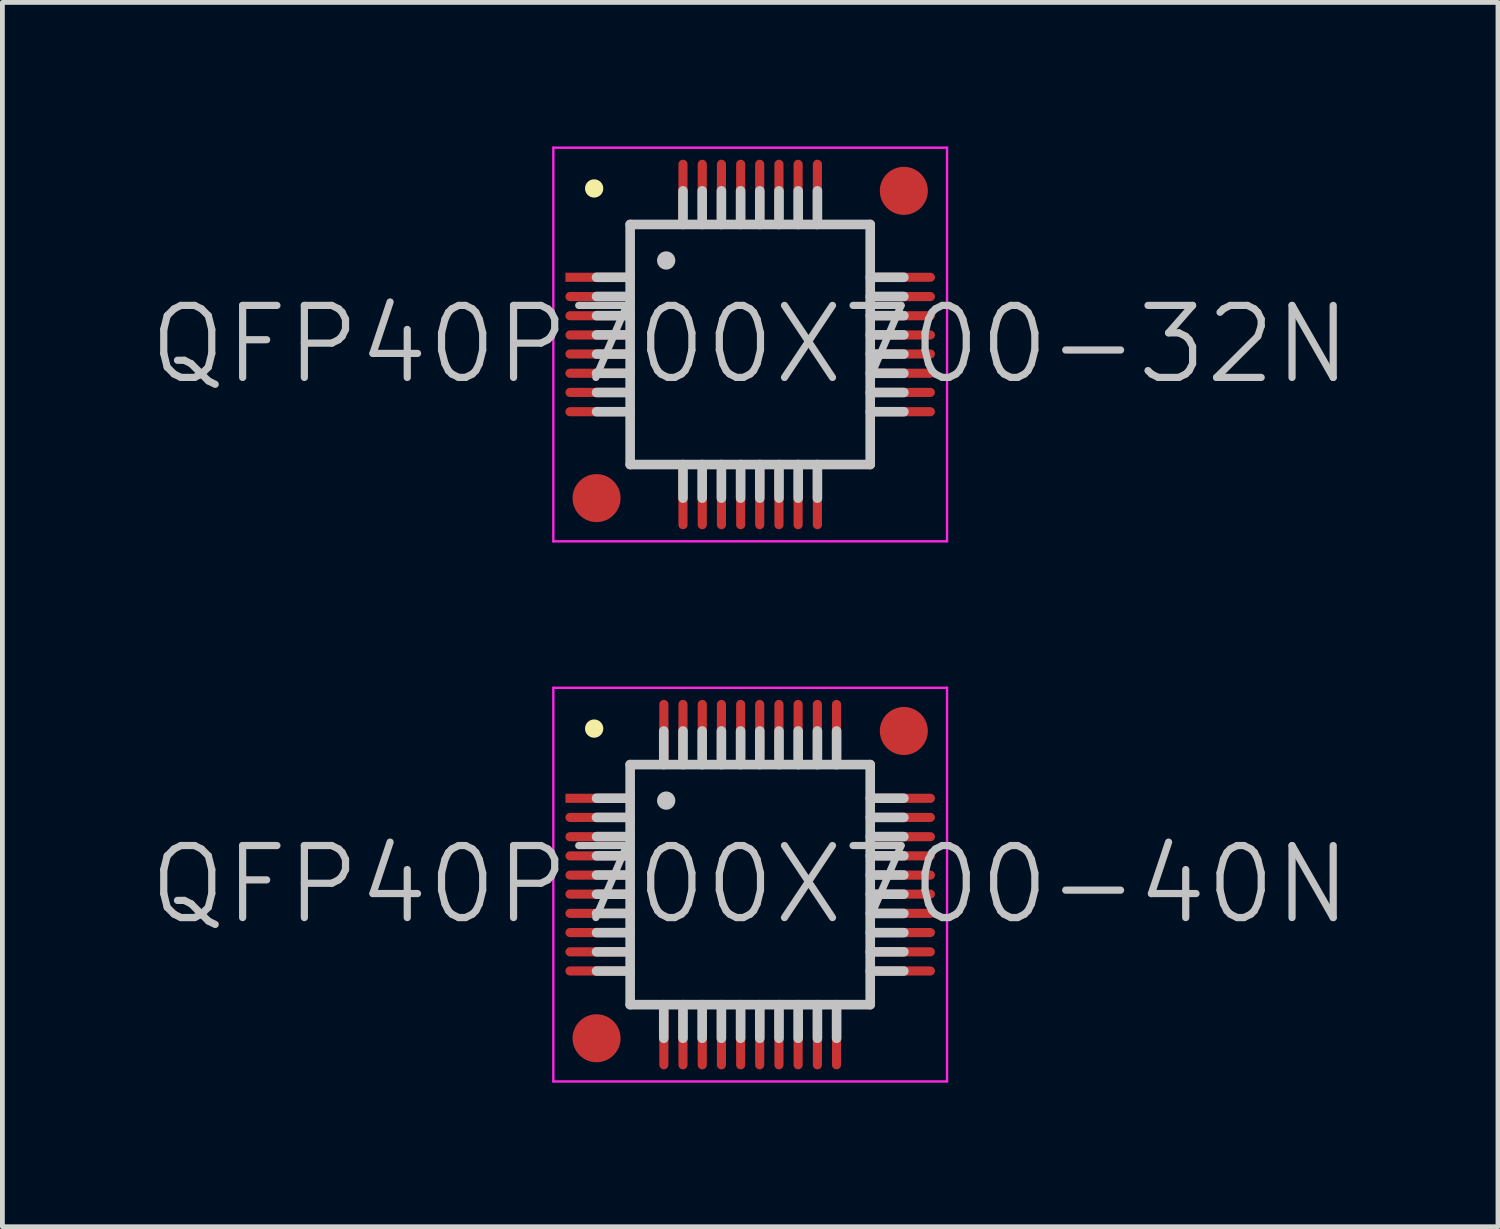
<source format=kicad_pcb>
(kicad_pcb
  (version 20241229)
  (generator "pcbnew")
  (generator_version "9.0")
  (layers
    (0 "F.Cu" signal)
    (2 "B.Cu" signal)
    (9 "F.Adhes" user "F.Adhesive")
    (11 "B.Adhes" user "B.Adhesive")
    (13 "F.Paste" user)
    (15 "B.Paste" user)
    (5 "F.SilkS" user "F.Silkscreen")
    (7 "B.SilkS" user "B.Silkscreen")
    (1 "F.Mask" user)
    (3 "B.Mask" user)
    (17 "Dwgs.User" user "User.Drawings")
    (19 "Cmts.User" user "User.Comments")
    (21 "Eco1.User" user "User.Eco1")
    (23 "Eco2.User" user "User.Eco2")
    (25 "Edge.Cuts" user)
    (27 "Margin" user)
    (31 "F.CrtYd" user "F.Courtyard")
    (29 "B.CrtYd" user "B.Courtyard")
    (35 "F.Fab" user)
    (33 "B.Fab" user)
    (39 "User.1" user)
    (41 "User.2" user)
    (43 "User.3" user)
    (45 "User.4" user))
  (footprint "QFP40P700X700-40N"
    (layer "F.Cu")
    (at 12.575 15.375)
    (property "Reference" "QFP40P700X700-40N" (at 0 0 0) (layer "Dwgs.User") (effects (font (size 1.5 1.5) (thickness 0.15))))
    (attr smd)
    (fp_line (start -3.25 -3.25) (end -3.25 -3.25) (stroke (width 0.381) (type solid)) (layer "F.SilkS"))
    (fp_line (start -2.5 -2.5) (end -2.5 2.5) (stroke (width 0.2) (type solid)) (layer "Dwgs.User"))
    (fp_line (start -2.5 -2.5) (end 2.5 -2.5) (stroke (width 0.2) (type solid)) (layer "Dwgs.User"))
    (fp_line (start -2.5 -1.8) (end -3.2 -1.8) (stroke (width 0.2) (type solid)) (layer "Dwgs.User"))
    (fp_line (start -2.5 -1.4) (end -3.2 -1.4) (stroke (width 0.2) (type solid)) (layer "Dwgs.User"))
    (fp_line (start -2.5 -1) (end -3.2 -1) (stroke (width 0.2) (type solid)) (layer "Dwgs.User"))
    (fp_line (start -2.5 -0.6) (end -3.2 -0.6) (stroke (width 0.2) (type solid)) (layer "Dwgs.User"))
    (fp_line (start -2.5 -0.2) (end -3.2 -0.2) (stroke (width 0.2) (type solid)) (layer "Dwgs.User"))
    (fp_line (start -2.5 0.2) (end -3.2 0.2) (stroke (width 0.2) (type solid)) (layer "Dwgs.User"))
    (fp_line (start -2.5 0.6) (end -3.2 0.6) (stroke (width 0.2) (type solid)) (layer "Dwgs.User"))
    (fp_line (start -2.5 1) (end -3.2 1) (stroke (width 0.2) (type solid)) (layer "Dwgs.User"))
    (fp_line (start -2.5 1.4) (end -3.2 1.4) (stroke (width 0.2) (type solid)) (layer "Dwgs.User"))
    (fp_line (start -2.5 1.8) (end -3.2 1.8) (stroke (width 0.2) (type solid)) (layer "Dwgs.User"))
    (fp_line (start -2.5 2.5) (end 2.5 2.5) (stroke (width 0.2) (type solid)) (layer "Dwgs.User"))
    (fp_line (start -1.8 -2.5) (end -1.8 -3.2) (stroke (width 0.2) (type solid)) (layer "Dwgs.User"))
    (fp_line (start -1.8 3.2) (end -1.8 2.5) (stroke (width 0.2) (type solid)) (layer "Dwgs.User"))
    (fp_line (start -1.75 -1.75) (end -1.75 -1.75) (stroke (width 0.381) (type solid)) (layer "Dwgs.User"))
    (fp_line (start -1.4 -2.5) (end -1.4 -3.2) (stroke (width 0.2) (type solid)) (layer "Dwgs.User"))
    (fp_line (start -1.4 3.2) (end -1.4 2.5) (stroke (width 0.2) (type solid)) (layer "Dwgs.User"))
    (fp_line (start -1 -2.5) (end -1 -3.2) (stroke (width 0.2) (type solid)) (layer "Dwgs.User"))
    (fp_line (start -1 3.2) (end -1 2.5) (stroke (width 0.2) (type solid)) (layer "Dwgs.User"))
    (fp_line (start -0.6 -2.5) (end -0.6 -3.2) (stroke (width 0.2) (type solid)) (layer "Dwgs.User"))
    (fp_line (start -0.6 3.2) (end -0.6 2.5) (stroke (width 0.2) (type solid)) (layer "Dwgs.User"))
    (fp_line (start -0.2 -2.5) (end -0.2 -3.2) (stroke (width 0.2) (type solid)) (layer "Dwgs.User"))
    (fp_line (start -0.2 3.2) (end -0.2 2.5) (stroke (width 0.2) (type solid)) (layer "Dwgs.User"))
    (fp_line (start 0.2 -2.5) (end 0.2 -3.2) (stroke (width 0.2) (type solid)) (layer "Dwgs.User"))
    (fp_line (start 0.2 3.2) (end 0.2 2.5) (stroke (width 0.2) (type solid)) (layer "Dwgs.User"))
    (fp_line (start 0.6 -2.5) (end 0.6 -3.2) (stroke (width 0.2) (type solid)) (layer "Dwgs.User"))
    (fp_line (start 0.6 3.2) (end 0.6 2.5) (stroke (width 0.2) (type solid)) (layer "Dwgs.User"))
    (fp_line (start 1 -2.5) (end 1 -3.2) (stroke (width 0.2) (type solid)) (layer "Dwgs.User"))
    (fp_line (start 1 3.2) (end 1 2.5) (stroke (width 0.2) (type solid)) (layer "Dwgs.User"))
    (fp_line (start 1.4 -2.5) (end 1.4 -3.2) (stroke (width 0.2) (type solid)) (layer "Dwgs.User"))
    (fp_line (start 1.4 3.2) (end 1.4 2.5) (stroke (width 0.2) (type solid)) (layer "Dwgs.User"))
    (fp_line (start 1.8 -2.5) (end 1.8 -3.2) (stroke (width 0.2) (type solid)) (layer "Dwgs.User"))
    (fp_line (start 1.8 3.2) (end 1.8 2.5) (stroke (width 0.2) (type solid)) (layer "Dwgs.User"))
    (fp_line (start 2.5 -2.5) (end 2.5 2.5) (stroke (width 0.2) (type solid)) (layer "Dwgs.User"))
    (fp_line (start 3.2 -1.8) (end 2.5 -1.8) (stroke (width 0.2) (type solid)) (layer "Dwgs.User"))
    (fp_line (start 3.2 -1.4) (end 2.5 -1.4) (stroke (width 0.2) (type solid)) (layer "Dwgs.User"))
    (fp_line (start 3.2 -1) (end 2.5 -1) (stroke (width 0.2) (type solid)) (layer "Dwgs.User"))
    (fp_line (start 3.2 -0.6) (end 2.5 -0.6) (stroke (width 0.2) (type solid)) (layer "Dwgs.User"))
    (fp_line (start 3.2 -0.2) (end 2.5 -0.2) (stroke (width 0.2) (type solid)) (layer "Dwgs.User"))
    (fp_line (start 3.2 0.2) (end 2.5 0.2) (stroke (width 0.2) (type solid)) (layer "Dwgs.User"))
    (fp_line (start 3.2 0.6) (end 2.5 0.6) (stroke (width 0.2) (type solid)) (layer "Dwgs.User"))
    (fp_line (start 3.2 1) (end 2.5 1) (stroke (width 0.2) (type solid)) (layer "Dwgs.User"))
    (fp_line (start 3.2 1.4) (end 2.5 1.4) (stroke (width 0.2) (type solid)) (layer "Dwgs.User"))
    (fp_line (start 3.2 1.8) (end 2.5 1.8) (stroke (width 0.2) (type solid)) (layer "Dwgs.User"))
    (fp_line (start -4.1 -4.1) (end -4.1 4.1) (stroke (width 0.05) (type solid)) (layer "F.CrtYd"))
    (fp_line (start -4.1 -4.1) (end 4.1 -4.1) (stroke (width 0.05) (type solid)) (layer "F.CrtYd"))
    (fp_line (start -4.1 4.1) (end 4.1 4.1) (stroke (width 0.05) (type solid)) (layer "F.CrtYd"))
    (fp_line (start 4.1 -4.1) (end 4.1 4.1) (stroke (width 0.05) (type solid)) (layer "F.CrtYd"))
    (pad "" smd circle (at -3.2 3.2) (size 1 1) (layers "F.Cu" "F.Mask"))
    (pad "" smd circle (at 3.2 -3.2) (size 1 1) (layers "F.Cu" "F.Mask"))
    (pad "1" smd rect (at -3.198 -1.798 90) (size 0.19 1.3) (layers "F.Cu" "F.Mask" "F.Paste"))
    (pad "2" smd oval (at -3.198 -1.4 90) (size 0.19 1.3) (layers "F.Cu" "F.Mask" "F.Paste"))
    (pad "3" smd oval (at -3.198 -0.998 90) (size 0.19 1.3) (layers "F.Cu" "F.Mask" "F.Paste"))
    (pad "4" smd oval (at -3.198 -0.599 90) (size 0.19 1.3) (layers "F.Cu" "F.Mask" "F.Paste"))
    (pad "5" smd oval (at -3.198 -0.198 90) (size 0.19 1.3) (layers "F.Cu" "F.Mask" "F.Paste"))
    (pad "6" smd oval (at -3.198 0.198 90) (size 0.19 1.3) (layers "F.Cu" "F.Mask" "F.Paste"))
    (pad "7" smd oval (at -3.198 0.599 90) (size 0.19 1.3) (layers "F.Cu" "F.Mask" "F.Paste"))
    (pad "8" smd oval (at -3.198 0.998 90) (size 0.19 1.3) (layers "F.Cu" "F.Mask" "F.Paste"))
    (pad "9" smd oval (at -3.198 1.4 90) (size 0.19 1.3) (layers "F.Cu" "F.Mask" "F.Paste"))
    (pad "10" smd oval (at -3.198 1.798 90) (size 0.19 1.3) (layers "F.Cu" "F.Mask" "F.Paste"))
    (pad "11" smd oval (at -1.798 3.198 180) (size 0.19 1.3) (layers "F.Cu" "F.Mask" "F.Paste"))
    (pad "12" smd oval (at -1.4 3.198 180) (size 0.19 1.3) (layers "F.Cu" "F.Mask" "F.Paste"))
    (pad "13" smd oval (at -0.998 3.198 180) (size 0.19 1.3) (layers "F.Cu" "F.Mask" "F.Paste"))
    (pad "14" smd oval (at -0.599 3.198 180) (size 0.19 1.3) (layers "F.Cu" "F.Mask" "F.Paste"))
    (pad "15" smd oval (at -0.198 3.198 180) (size 0.19 1.3) (layers "F.Cu" "F.Mask" "F.Paste"))
    (pad "16" smd oval (at 0.198 3.198 180) (size 0.19 1.3) (layers "F.Cu" "F.Mask" "F.Paste"))
    (pad "17" smd oval (at 0.599 3.198 180) (size 0.19 1.3) (layers "F.Cu" "F.Mask" "F.Paste"))
    (pad "18" smd oval (at 0.998 3.198 180) (size 0.19 1.3) (layers "F.Cu" "F.Mask" "F.Paste"))
    (pad "19" smd oval (at 1.4 3.198 180) (size 0.19 1.3) (layers "F.Cu" "F.Mask" "F.Paste"))
    (pad "20" smd oval (at 1.798 3.198 180) (size 0.19 1.3) (layers "F.Cu" "F.Mask" "F.Paste"))
    (pad "21" smd oval (at 3.198 1.798 270) (size 0.19 1.3) (layers "F.Cu" "F.Mask" "F.Paste"))
    (pad "22" smd oval (at 3.198 1.4 270) (size 0.19 1.3) (layers "F.Cu" "F.Mask" "F.Paste"))
    (pad "23" smd oval (at 3.198 0.998 270) (size 0.19 1.3) (layers "F.Cu" "F.Mask" "F.Paste"))
    (pad "24" smd oval (at 3.198 0.599 270) (size 0.19 1.3) (layers "F.Cu" "F.Mask" "F.Paste"))
    (pad "25" smd oval (at 3.198 0.198 270) (size 0.19 1.3) (layers "F.Cu" "F.Mask" "F.Paste"))
    (pad "26" smd oval (at 3.198 -0.198 270) (size 0.19 1.3) (layers "F.Cu" "F.Mask" "F.Paste"))
    (pad "27" smd oval (at 3.198 -0.599 270) (size 0.19 1.3) (layers "F.Cu" "F.Mask" "F.Paste"))
    (pad "28" smd oval (at 3.198 -0.998 270) (size 0.19 1.3) (layers "F.Cu" "F.Mask" "F.Paste"))
    (pad "29" smd oval (at 3.198 -1.4 270) (size 0.19 1.3) (layers "F.Cu" "F.Mask" "F.Paste"))
    (pad "30" smd oval (at 3.198 -1.798 270) (size 0.19 1.3) (layers "F.Cu" "F.Mask" "F.Paste"))
    (pad "31" smd oval (at 1.798 -3.198) (size 0.19 1.3) (layers "F.Cu" "F.Mask" "F.Paste"))
    (pad "32" smd oval (at 1.4 -3.198) (size 0.19 1.3) (layers "F.Cu" "F.Mask" "F.Paste"))
    (pad "33" smd oval (at 0.998 -3.198) (size 0.19 1.3) (layers "F.Cu" "F.Mask" "F.Paste"))
    (pad "34" smd oval (at 0.599 -3.198) (size 0.19 1.3) (layers "F.Cu" "F.Mask" "F.Paste"))
    (pad "35" smd oval (at 0.198 -3.198) (size 0.19 1.3) (layers "F.Cu" "F.Mask" "F.Paste"))
    (pad "36" smd oval (at -0.198 -3.198) (size 0.19 1.3) (layers "F.Cu" "F.Mask" "F.Paste"))
    (pad "37" smd oval (at -0.599 -3.198) (size 0.19 1.3) (layers "F.Cu" "F.Mask" "F.Paste"))
    (pad "38" smd oval (at -0.998 -3.198) (size 0.19 1.3) (layers "F.Cu" "F.Mask" "F.Paste"))
    (pad "39" smd oval (at -1.4 -3.198) (size 0.19 1.3) (layers "F.Cu" "F.Mask" "F.Paste"))
    (pad "40" smd oval (at -1.798 -3.198) (size 0.19 1.3) (layers "F.Cu" "F.Mask" "F.Paste")))
  (footprint "QFP40P700X700-32N"
    (layer "F.Cu")
    (at 12.575 4.125)
    (property "Reference" "QFP40P700X700-32N" (at 0 0 0) (layer "Dwgs.User") (effects (font (size 1.5 1.5) (thickness 0.15))))
    (attr smd)
    (fp_line (start -3.25 -3.25) (end -3.25 -3.25) (stroke (width 0.381) (type solid)) (layer "F.SilkS"))
    (fp_line (start -2.5 -2.5) (end -2.5 2.5) (stroke (width 0.2) (type solid)) (layer "Dwgs.User"))
    (fp_line (start -2.5 -2.5) (end 2.5 -2.5) (stroke (width 0.2) (type solid)) (layer "Dwgs.User"))
    (fp_line (start -2.5 -1.4) (end -3.2 -1.4) (stroke (width 0.2) (type solid)) (layer "Dwgs.User"))
    (fp_line (start -2.5 -1) (end -3.2 -1) (stroke (width 0.2) (type solid)) (layer "Dwgs.User"))
    (fp_line (start -2.5 -0.6) (end -3.2 -0.6) (stroke (width 0.2) (type solid)) (layer "Dwgs.User"))
    (fp_line (start -2.5 -0.2) (end -3.2 -0.2) (stroke (width 0.2) (type solid)) (layer "Dwgs.User"))
    (fp_line (start -2.5 0.2) (end -3.2 0.2) (stroke (width 0.2) (type solid)) (layer "Dwgs.User"))
    (fp_line (start -2.5 0.6) (end -3.2 0.6) (stroke (width 0.2) (type solid)) (layer "Dwgs.User"))
    (fp_line (start -2.5 1) (end -3.2 1) (stroke (width 0.2) (type solid)) (layer "Dwgs.User"))
    (fp_line (start -2.5 1.4) (end -3.2 1.4) (stroke (width 0.2) (type solid)) (layer "Dwgs.User"))
    (fp_line (start -2.5 2.5) (end 2.5 2.5) (stroke (width 0.2) (type solid)) (layer "Dwgs.User"))
    (fp_line (start -1.75 -1.75) (end -1.75 -1.75) (stroke (width 0.381) (type solid)) (layer "Dwgs.User"))
    (fp_line (start -1.4 -2.5) (end -1.4 -3.2) (stroke (width 0.2) (type solid)) (layer "Dwgs.User"))
    (fp_line (start -1.4 3.2) (end -1.4 2.5) (stroke (width 0.2) (type solid)) (layer "Dwgs.User"))
    (fp_line (start -1 -2.5) (end -1 -3.2) (stroke (width 0.2) (type solid)) (layer "Dwgs.User"))
    (fp_line (start -1 3.2) (end -1 2.5) (stroke (width 0.2) (type solid)) (layer "Dwgs.User"))
    (fp_line (start -0.6 -2.5) (end -0.6 -3.2) (stroke (width 0.2) (type solid)) (layer "Dwgs.User"))
    (fp_line (start -0.6 3.2) (end -0.6 2.5) (stroke (width 0.2) (type solid)) (layer "Dwgs.User"))
    (fp_line (start -0.2 -2.5) (end -0.2 -3.2) (stroke (width 0.2) (type solid)) (layer "Dwgs.User"))
    (fp_line (start -0.2 3.2) (end -0.2 2.5) (stroke (width 0.2) (type solid)) (layer "Dwgs.User"))
    (fp_line (start 0.2 -2.5) (end 0.2 -3.2) (stroke (width 0.2) (type solid)) (layer "Dwgs.User"))
    (fp_line (start 0.2 3.2) (end 0.2 2.5) (stroke (width 0.2) (type solid)) (layer "Dwgs.User"))
    (fp_line (start 0.6 -2.5) (end 0.6 -3.2) (stroke (width 0.2) (type solid)) (layer "Dwgs.User"))
    (fp_line (start 0.6 3.2) (end 0.6 2.5) (stroke (width 0.2) (type solid)) (layer "Dwgs.User"))
    (fp_line (start 1 -2.5) (end 1 -3.2) (stroke (width 0.2) (type solid)) (layer "Dwgs.User"))
    (fp_line (start 1 3.2) (end 1 2.5) (stroke (width 0.2) (type solid)) (layer "Dwgs.User"))
    (fp_line (start 1.4 -2.5) (end 1.4 -3.2) (stroke (width 0.2) (type solid)) (layer "Dwgs.User"))
    (fp_line (start 1.4 3.2) (end 1.4 2.5) (stroke (width 0.2) (type solid)) (layer "Dwgs.User"))
    (fp_line (start 2.5 -2.5) (end 2.5 2.5) (stroke (width 0.2) (type solid)) (layer "Dwgs.User"))
    (fp_line (start 3.2 -1.4) (end 2.5 -1.4) (stroke (width 0.2) (type solid)) (layer "Dwgs.User"))
    (fp_line (start 3.2 -1) (end 2.5 -1) (stroke (width 0.2) (type solid)) (layer "Dwgs.User"))
    (fp_line (start 3.2 -0.6) (end 2.5 -0.6) (stroke (width 0.2) (type solid)) (layer "Dwgs.User"))
    (fp_line (start 3.2 -0.2) (end 2.5 -0.2) (stroke (width 0.2) (type solid)) (layer "Dwgs.User"))
    (fp_line (start 3.2 0.2) (end 2.5 0.2) (stroke (width 0.2) (type solid)) (layer "Dwgs.User"))
    (fp_line (start 3.2 0.6) (end 2.5 0.6) (stroke (width 0.2) (type solid)) (layer "Dwgs.User"))
    (fp_line (start 3.2 1) (end 2.5 1) (stroke (width 0.2) (type solid)) (layer "Dwgs.User"))
    (fp_line (start 3.2 1.4) (end 2.5 1.4) (stroke (width 0.2) (type solid)) (layer "Dwgs.User"))
    (fp_line (start -4.1 -4.1) (end -4.1 4.1) (stroke (width 0.05) (type solid)) (layer "F.CrtYd"))
    (fp_line (start -4.1 -4.1) (end 4.1 -4.1) (stroke (width 0.05) (type solid)) (layer "F.CrtYd"))
    (fp_line (start -4.1 4.1) (end 4.1 4.1) (stroke (width 0.05) (type solid)) (layer "F.CrtYd"))
    (fp_line (start 4.1 -4.1) (end 4.1 4.1) (stroke (width 0.05) (type solid)) (layer "F.CrtYd"))
    (pad "" smd circle (at -3.2 3.2) (size 1 1) (layers "F.Cu" "F.Mask"))
    (pad "" smd circle (at 3.2 -3.2) (size 1 1) (layers "F.Cu" "F.Mask"))
    (pad "1" smd rect (at -3.198 -1.4 90) (size 0.19 1.3) (layers "F.Cu" "F.Mask" "F.Paste"))
    (pad "2" smd oval (at -3.198 -0.998 90) (size 0.19 1.3) (layers "F.Cu" "F.Mask" "F.Paste"))
    (pad "3" smd oval (at -3.198 -0.599 90) (size 0.19 1.3) (layers "F.Cu" "F.Mask" "F.Paste"))
    (pad "4" smd oval (at -3.198 -0.198 90) (size 0.19 1.3) (layers "F.Cu" "F.Mask" "F.Paste"))
    (pad "5" smd oval (at -3.198 0.198 90) (size 0.19 1.3) (layers "F.Cu" "F.Mask" "F.Paste"))
    (pad "6" smd oval (at -3.198 0.599 90) (size 0.19 1.3) (layers "F.Cu" "F.Mask" "F.Paste"))
    (pad "7" smd oval (at -3.198 0.998 90) (size 0.19 1.3) (layers "F.Cu" "F.Mask" "F.Paste"))
    (pad "8" smd oval (at -3.198 1.4 90) (size 0.19 1.3) (layers "F.Cu" "F.Mask" "F.Paste"))
    (pad "9" smd oval (at -1.4 3.198 180) (size 0.19 1.3) (layers "F.Cu" "F.Mask" "F.Paste"))
    (pad "10" smd oval (at -0.998 3.198 180) (size 0.19 1.3) (layers "F.Cu" "F.Mask" "F.Paste"))
    (pad "11" smd oval (at -0.599 3.198 180) (size 0.19 1.3) (layers "F.Cu" "F.Mask" "F.Paste"))
    (pad "12" smd oval (at -0.198 3.198 180) (size 0.19 1.3) (layers "F.Cu" "F.Mask" "F.Paste"))
    (pad "13" smd oval (at 0.198 3.198 180) (size 0.19 1.3) (layers "F.Cu" "F.Mask" "F.Paste"))
    (pad "14" smd oval (at 0.599 3.198 180) (size 0.19 1.3) (layers "F.Cu" "F.Mask" "F.Paste"))
    (pad "15" smd oval (at 0.998 3.198 180) (size 0.19 1.3) (layers "F.Cu" "F.Mask" "F.Paste"))
    (pad "16" smd oval (at 1.4 3.198 180) (size 0.19 1.3) (layers "F.Cu" "F.Mask" "F.Paste"))
    (pad "17" smd oval (at 3.198 1.4 270) (size 0.19 1.3) (layers "F.Cu" "F.Mask" "F.Paste"))
    (pad "18" smd oval (at 3.198 0.998 270) (size 0.19 1.3) (layers "F.Cu" "F.Mask" "F.Paste"))
    (pad "19" smd oval (at 3.198 0.599 270) (size 0.19 1.3) (layers "F.Cu" "F.Mask" "F.Paste"))
    (pad "20" smd oval (at 3.198 0.198 270) (size 0.19 1.3) (layers "F.Cu" "F.Mask" "F.Paste"))
    (pad "21" smd oval (at 3.198 -0.198 270) (size 0.19 1.3) (layers "F.Cu" "F.Mask" "F.Paste"))
    (pad "22" smd oval (at 3.198 -0.599 270) (size 0.19 1.3) (layers "F.Cu" "F.Mask" "F.Paste"))
    (pad "23" smd oval (at 3.198 -0.998 270) (size 0.19 1.3) (layers "F.Cu" "F.Mask" "F.Paste"))
    (pad "24" smd oval (at 3.198 -1.4 270) (size 0.19 1.3) (layers "F.Cu" "F.Mask" "F.Paste"))
    (pad "25" smd oval (at 1.4 -3.198) (size 0.19 1.3) (layers "F.Cu" "F.Mask" "F.Paste"))
    (pad "26" smd oval (at 0.998 -3.198) (size 0.19 1.3) (layers "F.Cu" "F.Mask" "F.Paste"))
    (pad "27" smd oval (at 0.599 -3.198) (size 0.19 1.3) (layers "F.Cu" "F.Mask" "F.Paste"))
    (pad "28" smd oval (at 0.198 -3.198) (size 0.19 1.3) (layers "F.Cu" "F.Mask" "F.Paste"))
    (pad "29" smd oval (at -0.198 -3.198) (size 0.19 1.3) (layers "F.Cu" "F.Mask" "F.Paste"))
    (pad "30" smd oval (at -0.599 -3.198) (size 0.19 1.3) (layers "F.Cu" "F.Mask" "F.Paste"))
    (pad "31" smd oval (at -0.998 -3.198) (size 0.19 1.3) (layers "F.Cu" "F.Mask" "F.Paste"))
    (pad "32" smd oval (at -1.4 -3.198) (size 0.19 1.3) (layers "F.Cu" "F.Mask" "F.Paste")))
  (gr_rect
    (start -3 -3)
    (end 28.15 22.5)
    (stroke (width 0.1) (type default))
    (fill no)
    (layer "Edge.Cuts")))
</source>
